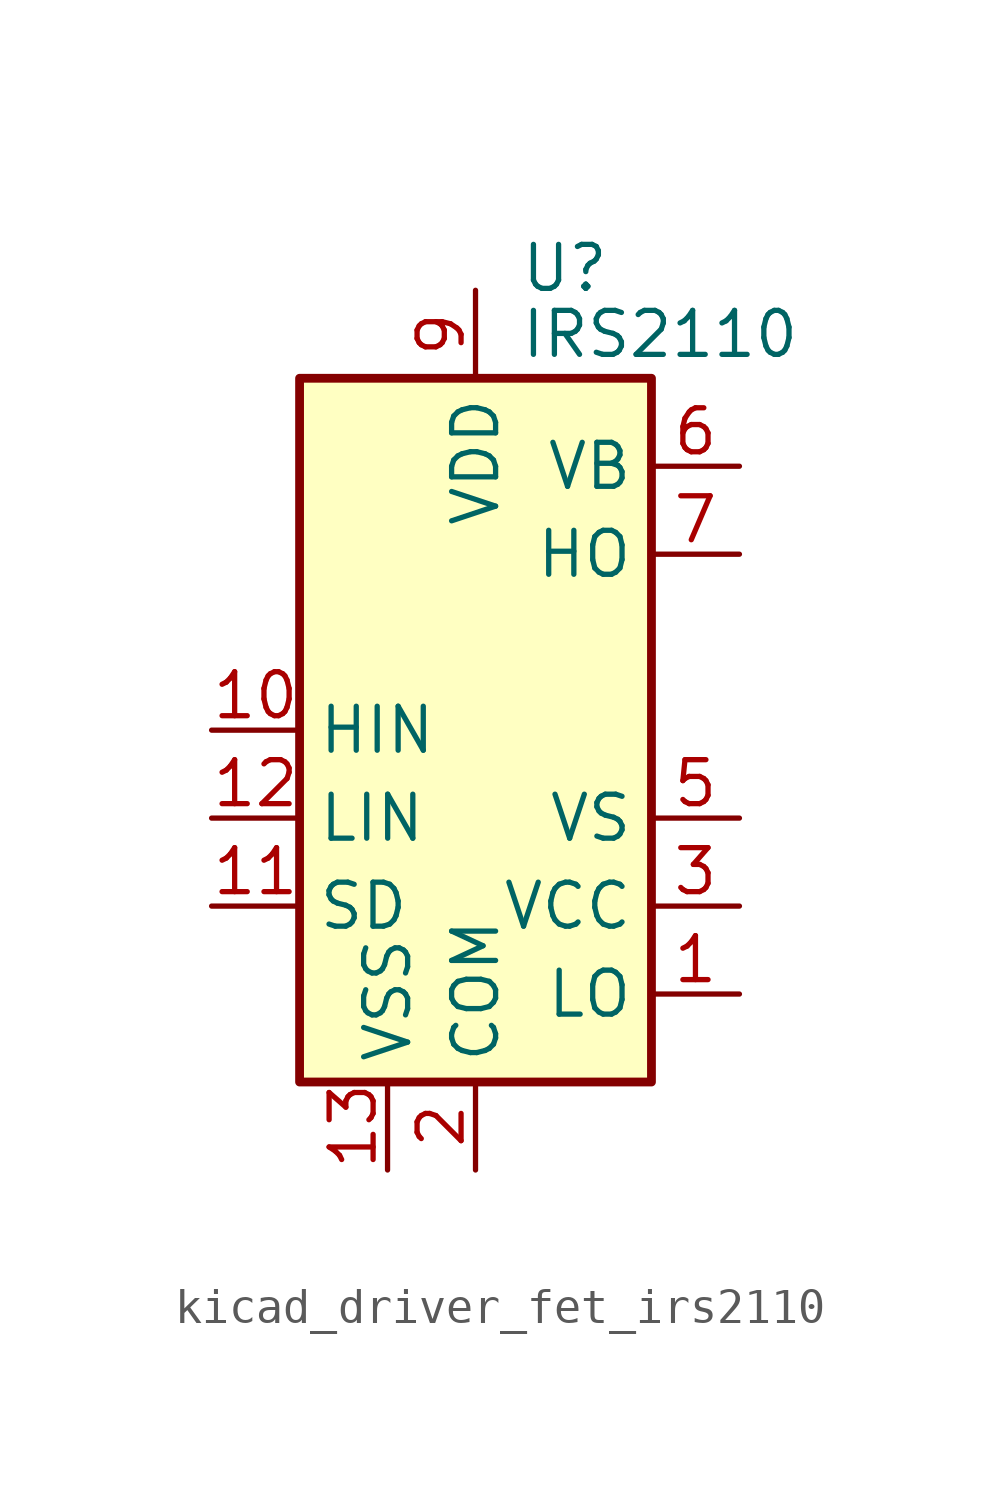
<source format=kicad_sym>
(kicad_symbol_lib
  (version 20220914)
  (generator kicad_symbol_editor)
  (symbol "kicad_driver_fet_irs2110"
    (property "Reference" "U"
      (at 1.27 13.335 0)
      (effects (font (size 1.27 1.27)) (justify left)))
    (property "Value" "IRS2110"
      (at 1.27 11.43 0)
      (effects (font (size 1.27 1.27)) (justify left)))
    (symbol "kicad_driver_fet_irs2110_0_1"
      (rectangle (start -5.08 -10.16) (end 5.08 10.16) (stroke (width 0.254) (type default)) (fill (type background))))
    (symbol "kicad_driver_fet_irs2110_1_1"
      (pin output line (at 7.62 -7.62 180) (length 2.54) (name "LO" (effects (font (size 1.27 1.27)))) (number "1" (effects (font (size 1.27 1.27)))))
      (pin input line (at -7.62 0 0) (length 2.54) (name "HIN" (effects (font (size 1.27 1.27)))) (number "10" (effects (font (size 1.27 1.27)))))
      (pin input line (at -7.62 -5.08 0) (length 2.54) (name "SD" (effects (font (size 1.27 1.27)))) (number "11" (effects (font (size 1.27 1.27)))))
      (pin input line (at -7.62 -2.54 0) (length 2.54) (name "LIN" (effects (font (size 1.27 1.27)))) (number "12" (effects (font (size 1.27 1.27)))))
      (pin power_in line (at -2.54 -12.7 90) (length 2.54) (name "VSS" (effects (font (size 1.27 1.27)))) (number "13" (effects (font (size 1.27 1.27)))))
      (pin no_connect line (at -5.08 2.54 0) (length 2.54) hide (name "NC" (effects (font (size 1.27 1.27)))) (number "14" (effects (font (size 1.27 1.27)))))
      (pin power_in line (at 0 -12.7 90) (length 2.54) (name "COM" (effects (font (size 1.27 1.27)))) (number "2" (effects (font (size 1.27 1.27)))))
      (pin power_in line (at 7.62 -5.08 180) (length 2.54) (name "VCC" (effects (font (size 1.27 1.27)))) (number "3" (effects (font (size 1.27 1.27)))))
      (pin no_connect line (at -5.08 7.62 0) (length 2.54) hide (name "NC" (effects (font (size 1.27 1.27)))) (number "4" (effects (font (size 1.27 1.27)))))
      (pin passive line (at 7.62 -2.54 180) (length 2.54) (name "VS" (effects (font (size 1.27 1.27)))) (number "5" (effects (font (size 1.27 1.27)))))
      (pin passive line (at 7.62 7.62 180) (length 2.54) (name "VB" (effects (font (size 1.27 1.27)))) (number "6" (effects (font (size 1.27 1.27)))))
      (pin output line (at 7.62 5.08 180) (length 2.54) (name "HO" (effects (font (size 1.27 1.27)))) (number "7" (effects (font (size 1.27 1.27)))))
      (pin no_connect line (at -5.08 5.08 0) (length 2.54) hide (name "NC" (effects (font (size 1.27 1.27)))) (number "8" (effects (font (size 1.27 1.27)))))
      (pin power_in line (at 0 12.7 270) (length 2.54) (name "VDD" (effects (font (size 1.27 1.27)))) (number "9" (effects (font (size 1.27 1.27))))))))
</source>
